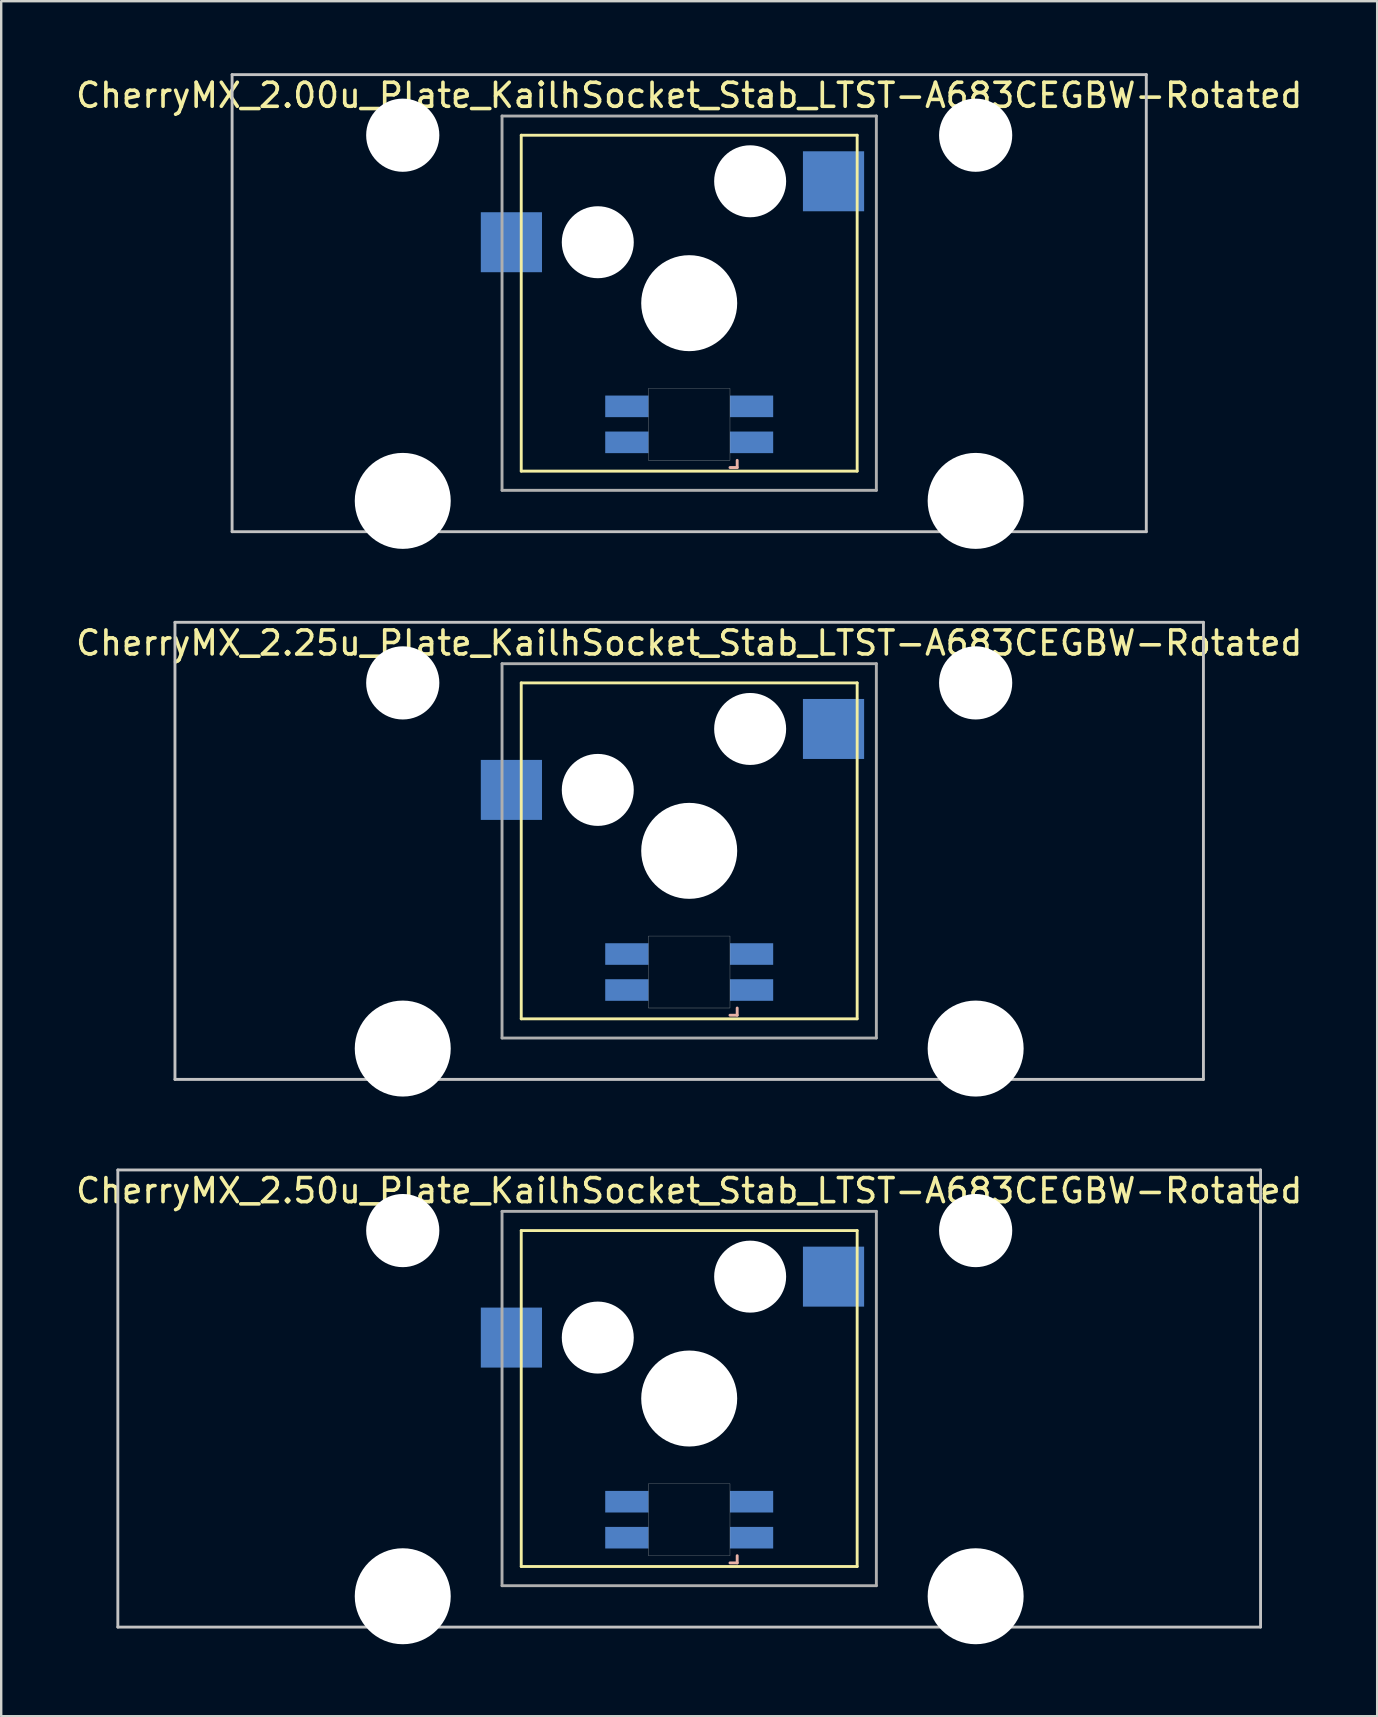
<source format=kicad_pcb>
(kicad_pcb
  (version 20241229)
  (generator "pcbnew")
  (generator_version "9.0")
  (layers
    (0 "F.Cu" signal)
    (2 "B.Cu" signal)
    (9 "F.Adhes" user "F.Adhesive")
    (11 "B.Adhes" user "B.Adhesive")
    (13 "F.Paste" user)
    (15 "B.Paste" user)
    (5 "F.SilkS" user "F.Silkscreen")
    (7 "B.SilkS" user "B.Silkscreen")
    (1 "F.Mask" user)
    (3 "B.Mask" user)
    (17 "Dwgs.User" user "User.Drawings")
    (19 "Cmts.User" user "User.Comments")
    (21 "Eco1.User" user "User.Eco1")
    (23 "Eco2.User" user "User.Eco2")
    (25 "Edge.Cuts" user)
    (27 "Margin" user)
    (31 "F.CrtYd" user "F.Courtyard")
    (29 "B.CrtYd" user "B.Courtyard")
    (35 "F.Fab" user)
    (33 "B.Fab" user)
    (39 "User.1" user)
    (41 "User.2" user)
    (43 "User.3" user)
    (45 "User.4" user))
  (footprint "CherryMX_2.50u_Plate_KailhSocket_Stab_LTST-A683CEGBW-Rotated"
    (layer "F.Cu")
    (at 25.673 55.235)
    (property "Reference" "CherryMX_2.50u_Plate_KailhSocket_Stab_LTST-A683CEGBW-Rotated" (at 0 -8.662 0) (layer "F.SilkS") (effects (font (size 1 1) (thickness 0.15))))
    (attr through_hole)
    (fp_line (start -7 -7) (end -7 7) (stroke (width 0.12) (type solid)) (layer "F.SilkS"))
    (fp_line (start -7 -7) (end 7 -7) (stroke (width 0.12) (type solid)) (layer "F.SilkS"))
    (fp_line (start 7 -7) (end 7 7) (stroke (width 0.12) (type solid)) (layer "F.SilkS"))
    (fp_line (start 7 7) (end -7 7) (stroke (width 0.12) (type solid)) (layer "F.SilkS"))
    (fp_line (start 1.7 6.85) (end 2 6.85) (stroke (width 0.12) (type solid)) (layer "B.SilkS"))
    (fp_line (start 2 6.85) (end 2 6.55) (stroke (width 0.12) (type solid)) (layer "B.SilkS"))
    (fp_line (start -23.812 -9.525) (end 23.812 -9.525) (stroke (width 0.12) (type solid)) (layer "Dwgs.User"))
    (fp_line (start -23.812 9.525) (end -23.812 -9.525) (stroke (width 0.12) (type solid)) (layer "Dwgs.User"))
    (fp_line (start 23.812 -9.525) (end 23.812 9.525) (stroke (width 0.12) (type solid)) (layer "Dwgs.User"))
    (fp_line (start 23.812 9.525) (end -23.812 9.525) (stroke (width 0.12) (type solid)) (layer "Dwgs.User"))
    (fp_poly (pts (xy -1.7 3.55) (xy 1.7 3.55) (xy 1.7 6.55) (xy -1.7 6.55)) (stroke (width 0.01) (type solid)) (fill no) (layer "Edge.Cuts"))
    (fp_line (start -7.8 -7.8) (end -7.8 7.8) (stroke (width 0.12) (type solid)) (layer "F.Fab"))
    (fp_line (start -7.8 -7.8) (end 7.8 -7.8) (stroke (width 0.12) (type solid)) (layer "F.Fab"))
    (fp_line (start -7.8 7.8) (end 7.8 7.8) (stroke (width 0.12) (type solid)) (layer "F.Fab"))
    (fp_line (start 7.8 -7.8) (end 7.8 7.8) (stroke (width 0.12) (type solid)) (layer "F.Fab"))
    (pad "" np_thru_hole circle (at -11.938 -7) (size 3.05 3.05) (drill 3.05) (layers "*.Cu" "*.Mask"))
    (pad "" np_thru_hole circle (at -11.938 8.24) (size 4 4) (drill 4) (layers "*.Cu" "*.Mask"))
    (pad "" np_thru_hole circle (at -3.81 -2.54) (size 3 3) (drill 3) (layers "*.Cu" "*.Mask"))
    (pad "" np_thru_hole circle (at 0 0) (size 4 4) (drill 4) (layers "*.Cu" "*.Mask"))
    (pad "" np_thru_hole circle (at 2.54 -5.08) (size 3 3) (drill 3) (layers "*.Cu" "*.Mask"))
    (pad "" np_thru_hole circle (at 11.938 -7) (size 3.05 3.05) (drill 3.05) (layers "*.Cu" "*.Mask"))
    (pad "" np_thru_hole circle (at 11.938 8.24) (size 4 4) (drill 4) (layers "*.Cu" "*.Mask"))
    (pad "1" smd rect (at -7.41 -2.54) (size 2.55 2.5) (layers "B.Cu" "B.Mask" "B.Paste"))
    (pad "2" smd rect (at 6.015 -5.08) (size 2.55 2.5) (layers "B.Cu" "B.Mask" "B.Paste"))
    (pad "3" smd rect (at 2.6 5.8 180) (size 1.8 0.9) (layers "B.Cu" "B.Mask" "B.Paste"))
    (pad "4" smd rect (at 2.6 4.3 180) (size 1.8 0.9) (layers "B.Cu" "B.Mask" "B.Paste"))
    (pad "5" smd rect (at -2.6 5.8 180) (size 1.8 0.9) (layers "B.Cu" "B.Mask" "B.Paste"))
    (pad "6" smd rect (at -2.6 4.3 180) (size 1.8 0.9) (layers "B.Cu" "B.Mask" "B.Paste")))
  (footprint "CherryMX_2.25u_Plate_KailhSocket_Stab_LTST-A683CEGBW-Rotated"
    (layer "F.Cu")
    (at 25.673 32.41)
    (property "Reference" "CherryMX_2.25u_Plate_KailhSocket_Stab_LTST-A683CEGBW-Rotated" (at 0 -8.662 0) (layer "F.SilkS") (effects (font (size 1 1) (thickness 0.15))))
    (attr through_hole)
    (fp_line (start -7 -7) (end -7 7) (stroke (width 0.12) (type solid)) (layer "F.SilkS"))
    (fp_line (start -7 -7) (end 7 -7) (stroke (width 0.12) (type solid)) (layer "F.SilkS"))
    (fp_line (start 7 -7) (end 7 7) (stroke (width 0.12) (type solid)) (layer "F.SilkS"))
    (fp_line (start 7 7) (end -7 7) (stroke (width 0.12) (type solid)) (layer "F.SilkS"))
    (fp_line (start 1.7 6.85) (end 2 6.85) (stroke (width 0.12) (type solid)) (layer "B.SilkS"))
    (fp_line (start 2 6.85) (end 2 6.55) (stroke (width 0.12) (type solid)) (layer "B.SilkS"))
    (fp_line (start -21.431 -9.525) (end 21.431 -9.525) (stroke (width 0.12) (type solid)) (layer "Dwgs.User"))
    (fp_line (start -21.431 9.525) (end -21.431 -9.525) (stroke (width 0.12) (type solid)) (layer "Dwgs.User"))
    (fp_line (start 21.431 -9.525) (end 21.431 9.525) (stroke (width 0.12) (type solid)) (layer "Dwgs.User"))
    (fp_line (start 21.431 9.525) (end -21.431 9.525) (stroke (width 0.12) (type solid)) (layer "Dwgs.User"))
    (fp_poly (pts (xy -1.7 3.55) (xy 1.7 3.55) (xy 1.7 6.55) (xy -1.7 6.55)) (stroke (width 0.01) (type solid)) (fill no) (layer "Edge.Cuts"))
    (fp_line (start -7.8 -7.8) (end -7.8 7.8) (stroke (width 0.12) (type solid)) (layer "F.Fab"))
    (fp_line (start -7.8 -7.8) (end 7.8 -7.8) (stroke (width 0.12) (type solid)) (layer "F.Fab"))
    (fp_line (start -7.8 7.8) (end 7.8 7.8) (stroke (width 0.12) (type solid)) (layer "F.Fab"))
    (fp_line (start 7.8 -7.8) (end 7.8 7.8) (stroke (width 0.12) (type solid)) (layer "F.Fab"))
    (pad "" np_thru_hole circle (at -11.938 -7) (size 3.05 3.05) (drill 3.05) (layers "*.Cu" "*.Mask"))
    (pad "" np_thru_hole circle (at -11.938 8.24) (size 4 4) (drill 4) (layers "*.Cu" "*.Mask"))
    (pad "" np_thru_hole circle (at -3.81 -2.54) (size 3 3) (drill 3) (layers "*.Cu" "*.Mask"))
    (pad "" np_thru_hole circle (at 0 0) (size 4 4) (drill 4) (layers "*.Cu" "*.Mask"))
    (pad "" np_thru_hole circle (at 2.54 -5.08) (size 3 3) (drill 3) (layers "*.Cu" "*.Mask"))
    (pad "" np_thru_hole circle (at 11.938 -7) (size 3.05 3.05) (drill 3.05) (layers "*.Cu" "*.Mask"))
    (pad "" np_thru_hole circle (at 11.938 8.24) (size 4 4) (drill 4) (layers "*.Cu" "*.Mask"))
    (pad "1" smd rect (at -7.41 -2.54) (size 2.55 2.5) (layers "B.Cu" "B.Mask" "B.Paste"))
    (pad "2" smd rect (at 6.015 -5.08) (size 2.55 2.5) (layers "B.Cu" "B.Mask" "B.Paste"))
    (pad "3" smd rect (at 2.6 5.8 180) (size 1.8 0.9) (layers "B.Cu" "B.Mask" "B.Paste"))
    (pad "4" smd rect (at 2.6 4.3 180) (size 1.8 0.9) (layers "B.Cu" "B.Mask" "B.Paste"))
    (pad "5" smd rect (at -2.6 5.8 180) (size 1.8 0.9) (layers "B.Cu" "B.Mask" "B.Paste"))
    (pad "6" smd rect (at -2.6 4.3 180) (size 1.8 0.9) (layers "B.Cu" "B.Mask" "B.Paste")))
  (footprint "CherryMX_2.00u_Plate_KailhSocket_Stab_LTST-A683CEGBW-Rotated"
    (layer "F.Cu")
    (at 25.673 9.585)
    (property "Reference" "CherryMX_2.00u_Plate_KailhSocket_Stab_LTST-A683CEGBW-Rotated" (at 0 -8.662 0) (layer "F.SilkS") (effects (font (size 1 1) (thickness 0.15))))
    (attr through_hole)
    (fp_line (start -7 -7) (end -7 7) (stroke (width 0.12) (type solid)) (layer "F.SilkS"))
    (fp_line (start -7 -7) (end 7 -7) (stroke (width 0.12) (type solid)) (layer "F.SilkS"))
    (fp_line (start 7 -7) (end 7 7) (stroke (width 0.12) (type solid)) (layer "F.SilkS"))
    (fp_line (start 7 7) (end -7 7) (stroke (width 0.12) (type solid)) (layer "F.SilkS"))
    (fp_line (start 1.7 6.85) (end 2 6.85) (stroke (width 0.12) (type solid)) (layer "B.SilkS"))
    (fp_line (start 2 6.85) (end 2 6.55) (stroke (width 0.12) (type solid)) (layer "B.SilkS"))
    (fp_line (start -19.05 -9.525) (end 19.05 -9.525) (stroke (width 0.12) (type solid)) (layer "Dwgs.User"))
    (fp_line (start -19.05 9.525) (end -19.05 -9.525) (stroke (width 0.12) (type solid)) (layer "Dwgs.User"))
    (fp_line (start 19.05 -9.525) (end 19.05 9.525) (stroke (width 0.12) (type solid)) (layer "Dwgs.User"))
    (fp_line (start 19.05 9.525) (end -19.05 9.525) (stroke (width 0.12) (type solid)) (layer "Dwgs.User"))
    (fp_poly (pts (xy -1.7 3.55) (xy 1.7 3.55) (xy 1.7 6.55) (xy -1.7 6.55)) (stroke (width 0.01) (type solid)) (fill no) (layer "Edge.Cuts"))
    (fp_line (start -7.8 -7.8) (end -7.8 7.8) (stroke (width 0.12) (type solid)) (layer "F.Fab"))
    (fp_line (start -7.8 -7.8) (end 7.8 -7.8) (stroke (width 0.12) (type solid)) (layer "F.Fab"))
    (fp_line (start -7.8 7.8) (end 7.8 7.8) (stroke (width 0.12) (type solid)) (layer "F.Fab"))
    (fp_line (start 7.8 -7.8) (end 7.8 7.8) (stroke (width 0.12) (type solid)) (layer "F.Fab"))
    (pad "" np_thru_hole circle (at -11.938 -7) (size 3.05 3.05) (drill 3.05) (layers "*.Cu" "*.Mask"))
    (pad "" np_thru_hole circle (at -11.938 8.24) (size 4 4) (drill 4) (layers "*.Cu" "*.Mask"))
    (pad "" np_thru_hole circle (at -3.81 -2.54) (size 3 3) (drill 3) (layers "*.Cu" "*.Mask"))
    (pad "" np_thru_hole circle (at 0 0) (size 4 4) (drill 4) (layers "*.Cu" "*.Mask"))
    (pad "" np_thru_hole circle (at 2.54 -5.08) (size 3 3) (drill 3) (layers "*.Cu" "*.Mask"))
    (pad "" np_thru_hole circle (at 11.938 -7) (size 3.05 3.05) (drill 3.05) (layers "*.Cu" "*.Mask"))
    (pad "" np_thru_hole circle (at 11.938 8.24) (size 4 4) (drill 4) (layers "*.Cu" "*.Mask"))
    (pad "1" smd rect (at -7.41 -2.54) (size 2.55 2.5) (layers "B.Cu" "B.Mask" "B.Paste"))
    (pad "2" smd rect (at 6.015 -5.08) (size 2.55 2.5) (layers "B.Cu" "B.Mask" "B.Paste"))
    (pad "3" smd rect (at 2.6 5.8 180) (size 1.8 0.9) (layers "B.Cu" "B.Mask" "B.Paste"))
    (pad "4" smd rect (at 2.6 4.3 180) (size 1.8 0.9) (layers "B.Cu" "B.Mask" "B.Paste"))
    (pad "5" smd rect (at -2.6 5.8 180) (size 1.8 0.9) (layers "B.Cu" "B.Mask" "B.Paste"))
    (pad "6" smd rect (at -2.6 4.3 180) (size 1.8 0.9) (layers "B.Cu" "B.Mask" "B.Paste")))
  (gr_rect
    (start -3 -3)
    (end 54.345 68.475)
    (stroke (width 0.1) (type default))
    (fill no)
    (layer "Edge.Cuts")))
</source>
